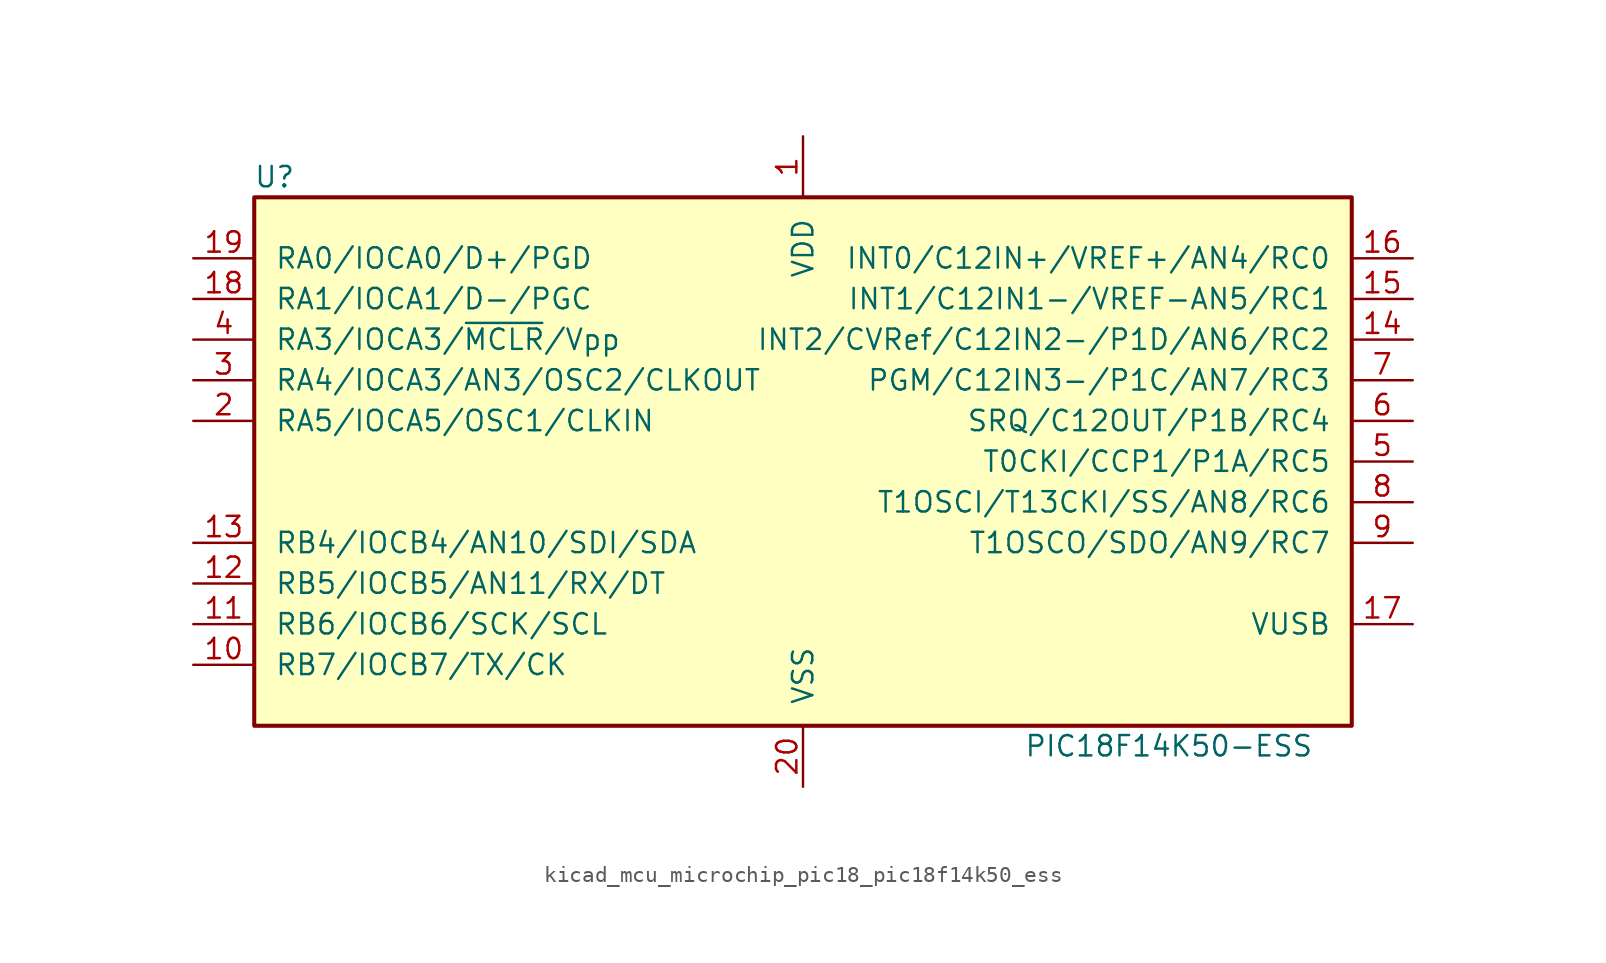
<source format=kicad_sym>
(kicad_symbol_lib
  (version 20220914)
  (generator kicad_symbol_editor)
  (symbol "kicad_mcu_microchip_pic18_pic18f14k50_ess"
    (pin_names
      (offset 1.27))
    (property "Reference" "U"
      (at -33.02 17.78 0)
      (effects (font (size 1.27 1.27))))
    (property "Value" "PIC18F14K50-ESS"
      (at 22.86 -17.78 0)
      (effects (font (size 1.27 1.27))))
    (symbol "kicad_mcu_microchip_pic18_pic18f14k50_ess_0_1"
      (rectangle (start -34.29 16.51) (end 34.29 -16.51) (stroke (width 0.254) (type default)) (fill (type background))))
    (symbol "kicad_mcu_microchip_pic18_pic18f14k50_ess_1_1"
      (pin power_in line (at 0 20.32 270) (length 3.81) (name "VDD" (effects (font (size 1.27 1.27)))) (number "1" (effects (font (size 1.27 1.27)))))
      (pin bidirectional line (at -38.1 -12.7 0) (length 3.81) (name "RB7/IOCB7/TX/CK" (effects (font (size 1.27 1.27)))) (number "10" (effects (font (size 1.27 1.27)))))
      (pin bidirectional line (at -38.1 -10.16 0) (length 3.81) (name "RB6/IOCB6/SCK/SCL" (effects (font (size 1.27 1.27)))) (number "11" (effects (font (size 1.27 1.27)))))
      (pin bidirectional line (at -38.1 -7.62 0) (length 3.81) (name "RB5/IOCB5/AN11/RX/DT" (effects (font (size 1.27 1.27)))) (number "12" (effects (font (size 1.27 1.27)))))
      (pin bidirectional line (at -38.1 -5.08 0) (length 3.81) (name "RB4/IOCB4/AN10/SDI/SDA" (effects (font (size 1.27 1.27)))) (number "13" (effects (font (size 1.27 1.27)))))
      (pin bidirectional line (at 38.1 7.62 180) (length 3.81) (name "INT2/CVRef/C12IN2-/P1D/AN6/RC2" (effects (font (size 1.27 1.27)))) (number "14" (effects (font (size 1.27 1.27)))))
      (pin bidirectional line (at 38.1 10.16 180) (length 3.81) (name "INT1/C12IN1-/VREF-AN5/RC1" (effects (font (size 1.27 1.27)))) (number "15" (effects (font (size 1.27 1.27)))))
      (pin bidirectional line (at 38.1 12.7 180) (length 3.81) (name "INT0/C12IN+/VREF+/AN4/RC0" (effects (font (size 1.27 1.27)))) (number "16" (effects (font (size 1.27 1.27)))))
      (pin passive line (at 38.1 -10.16 180) (length 3.81) (name "VUSB" (effects (font (size 1.27 1.27)))) (number "17" (effects (font (size 1.27 1.27)))))
      (pin bidirectional line (at -38.1 10.16 0) (length 3.81) (name "RA1/IOCA1/D-/PGC" (effects (font (size 1.27 1.27)))) (number "18" (effects (font (size 1.27 1.27)))))
      (pin bidirectional line (at -38.1 12.7 0) (length 3.81) (name "RA0/IOCA0/D+/PGD" (effects (font (size 1.27 1.27)))) (number "19" (effects (font (size 1.27 1.27)))))
      (pin bidirectional line (at -38.1 2.54 0) (length 3.81) (name "RA5/IOCA5/OSC1/CLKIN" (effects (font (size 1.27 1.27)))) (number "2" (effects (font (size 1.27 1.27)))))
      (pin power_in line (at 0 -20.32 90) (length 3.81) (name "VSS" (effects (font (size 1.27 1.27)))) (number "20" (effects (font (size 1.27 1.27)))))
      (pin bidirectional line (at -38.1 5.08 0) (length 3.81) (name "RA4/IOCA3/AN3/OSC2/CLKOUT" (effects (font (size 1.27 1.27)))) (number "3" (effects (font (size 1.27 1.27)))))
      (pin input line (at -38.1 7.62 0) (length 3.81) (name "RA3/IOCA3/~{MCLR}/Vpp" (effects (font (size 1.27 1.27)))) (number "4" (effects (font (size 1.27 1.27)))))
      (pin bidirectional line (at 38.1 0 180) (length 3.81) (name "T0CKI/CCP1/P1A/RC5" (effects (font (size 1.27 1.27)))) (number "5" (effects (font (size 1.27 1.27)))))
      (pin bidirectional line (at 38.1 2.54 180) (length 3.81) (name "SRQ/C12OUT/P1B/RC4" (effects (font (size 1.27 1.27)))) (number "6" (effects (font (size 1.27 1.27)))))
      (pin bidirectional line (at 38.1 5.08 180) (length 3.81) (name "PGM/C12IN3-/P1C/AN7/RC3" (effects (font (size 1.27 1.27)))) (number "7" (effects (font (size 1.27 1.27)))))
      (pin bidirectional line (at 38.1 -2.54 180) (length 3.81) (name "T1OSCI/T13CKI/SS/AN8/RC6" (effects (font (size 1.27 1.27)))) (number "8" (effects (font (size 1.27 1.27)))))
      (pin bidirectional line (at 38.1 -5.08 180) (length 3.81) (name "T1OSCO/SDO/AN9/RC7" (effects (font (size 1.27 1.27)))) (number "9" (effects (font (size 1.27 1.27))))))))
</source>
